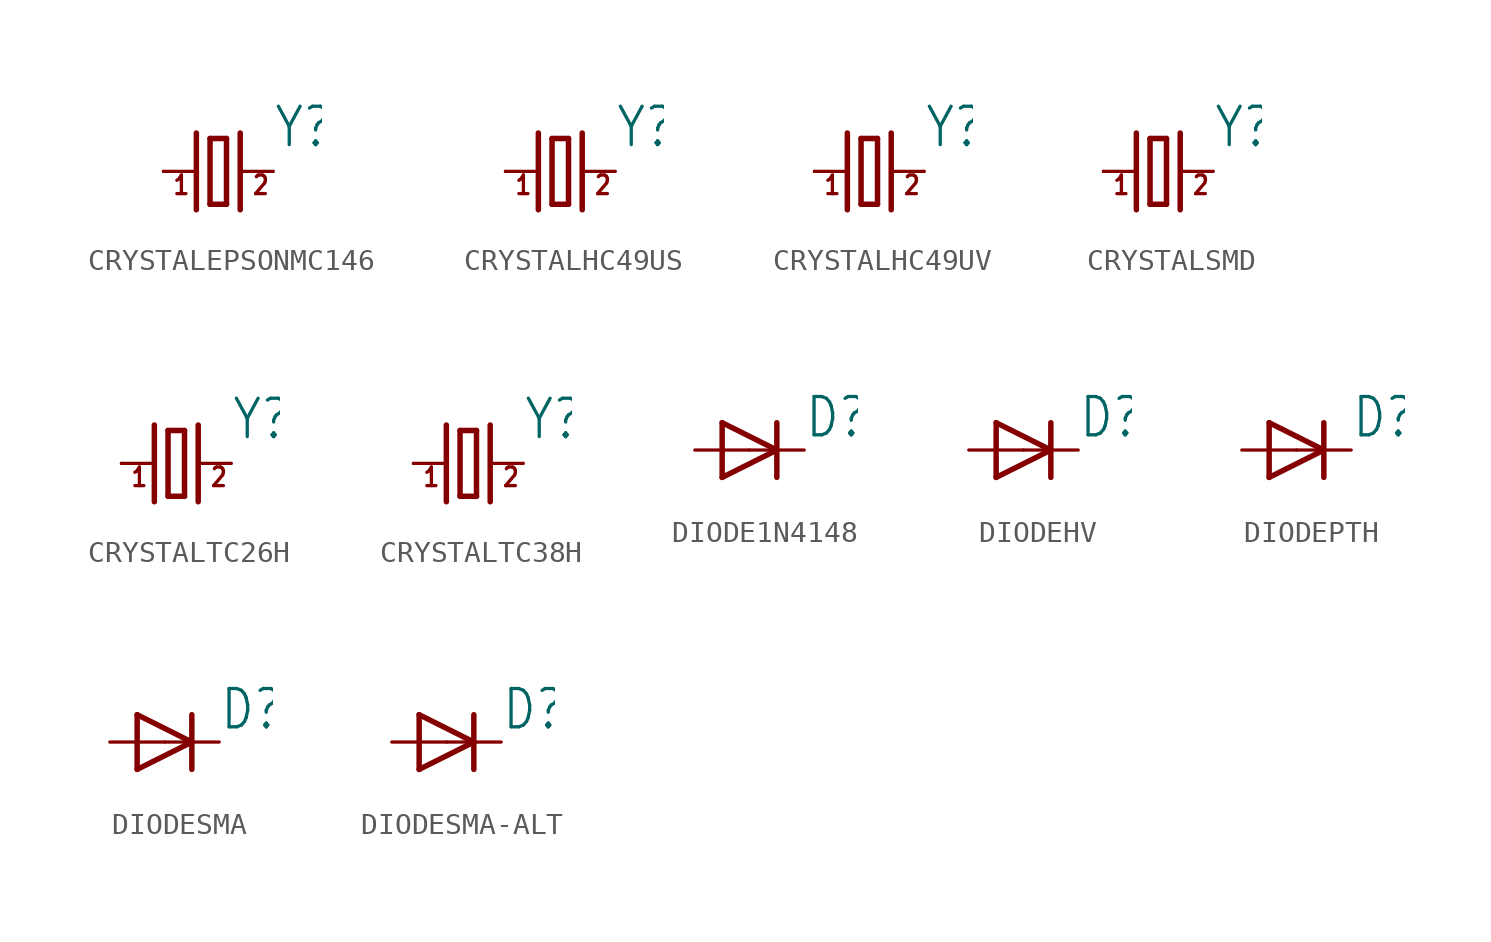
<source format=kicad_sym>
(kicad_symbol_lib
  (version 20220914)
  (generator kicad_symbol_editor)
  (symbol "CRYSTALEPSONMC146"
    (property "Reference" "Y"
      (at 2.54 1.016 0)
      (effects (font (size 1.778 1.511)) (justify left bottom)))
    (property "Value" ""
      (at 2.54 -2.54 0)
      (effects (font (size 1.778 1.511)) (justify left bottom)))
    (property "ki_locked" ""
      (at 0 0 0)
      (effects (font (size 1.27 1.27))))
    (symbol "CRYSTALEPSONMC146_1_0"
      (polyline (pts (xy -2.54 0) (xy -1.016 0)) (stroke (width 0.152) (type solid)) (fill (type none)))
      (polyline (pts (xy -1.016 1.778) (xy -1.016 -1.778)) (stroke (width 0.254) (type solid)) (fill (type none)))
      (polyline (pts (xy -0.381 -1.524) (xy 0.381 -1.524)) (stroke (width 0.254) (type solid)) (fill (type none)))
      (polyline (pts (xy -0.381 1.524) (xy -0.381 -1.524)) (stroke (width 0.254) (type solid)) (fill (type none)))
      (polyline (pts (xy 0.381 -1.524) (xy 0.381 1.524)) (stroke (width 0.254) (type solid)) (fill (type none)))
      (polyline (pts (xy 0.381 1.524) (xy -0.381 1.524)) (stroke (width 0.254) (type solid)) (fill (type none)))
      (polyline (pts (xy 1.016 0) (xy 2.54 0)) (stroke (width 0.152) (type solid)) (fill (type none)))
      (polyline (pts (xy 1.016 1.778) (xy 1.016 -1.778)) (stroke (width 0.254) (type solid)) (fill (type none)))
      (text "1" (at -2.159 -1.143 0) (effects (font (size 0.864 0.734)) (justify left bottom)))
      (text "2" (at 1.524 -1.143 0) (effects (font (size 0.864 0.734)) (justify left bottom)))
      (pin passive line (at 2.54 0 180) (length 0) (name "2" (effects (font (size 0 0)))) (number "P$1" (effects (font (size 0 0)))))
      (pin passive line (at -2.54 0 0) (length 0) (name "1" (effects (font (size 0 0)))) (number "P$2" (effects (font (size 0 0)))))))
  (symbol "CRYSTALHC49US"
    (property "Reference" "Y"
      (at 2.54 1.016 0)
      (effects (font (size 1.778 1.511)) (justify left bottom)))
    (property "Value" ""
      (at 2.54 -2.54 0)
      (effects (font (size 1.778 1.511)) (justify left bottom)))
    (property "ki_locked" ""
      (at 0 0 0)
      (effects (font (size 1.27 1.27))))
    (symbol "CRYSTALHC49US_1_0"
      (polyline (pts (xy -2.54 0) (xy -1.016 0)) (stroke (width 0.152) (type solid)) (fill (type none)))
      (polyline (pts (xy -1.016 1.778) (xy -1.016 -1.778)) (stroke (width 0.254) (type solid)) (fill (type none)))
      (polyline (pts (xy -0.381 -1.524) (xy 0.381 -1.524)) (stroke (width 0.254) (type solid)) (fill (type none)))
      (polyline (pts (xy -0.381 1.524) (xy -0.381 -1.524)) (stroke (width 0.254) (type solid)) (fill (type none)))
      (polyline (pts (xy 0.381 -1.524) (xy 0.381 1.524)) (stroke (width 0.254) (type solid)) (fill (type none)))
      (polyline (pts (xy 0.381 1.524) (xy -0.381 1.524)) (stroke (width 0.254) (type solid)) (fill (type none)))
      (polyline (pts (xy 1.016 0) (xy 2.54 0)) (stroke (width 0.152) (type solid)) (fill (type none)))
      (polyline (pts (xy 1.016 1.778) (xy 1.016 -1.778)) (stroke (width 0.254) (type solid)) (fill (type none)))
      (text "1" (at -2.159 -1.143 0) (effects (font (size 0.864 0.734)) (justify left bottom)))
      (text "2" (at 1.524 -1.143 0) (effects (font (size 0.864 0.734)) (justify left bottom)))
      (pin passive line (at -2.54 0 0) (length 0) (name "1" (effects (font (size 0 0)))) (number "1" (effects (font (size 0 0)))))
      (pin passive line (at 2.54 0 180) (length 0) (name "2" (effects (font (size 0 0)))) (number "2" (effects (font (size 0 0)))))))
  (symbol "CRYSTALHC49UV"
    (property "Reference" "Y"
      (at 2.54 1.016 0)
      (effects (font (size 1.778 1.511)) (justify left bottom)))
    (property "Value" ""
      (at 2.54 -2.54 0)
      (effects (font (size 1.778 1.511)) (justify left bottom)))
    (property "ki_locked" ""
      (at 0 0 0)
      (effects (font (size 1.27 1.27))))
    (symbol "CRYSTALHC49UV_1_0"
      (polyline (pts (xy -2.54 0) (xy -1.016 0)) (stroke (width 0.152) (type solid)) (fill (type none)))
      (polyline (pts (xy -1.016 1.778) (xy -1.016 -1.778)) (stroke (width 0.254) (type solid)) (fill (type none)))
      (polyline (pts (xy -0.381 -1.524) (xy 0.381 -1.524)) (stroke (width 0.254) (type solid)) (fill (type none)))
      (polyline (pts (xy -0.381 1.524) (xy -0.381 -1.524)) (stroke (width 0.254) (type solid)) (fill (type none)))
      (polyline (pts (xy 0.381 -1.524) (xy 0.381 1.524)) (stroke (width 0.254) (type solid)) (fill (type none)))
      (polyline (pts (xy 0.381 1.524) (xy -0.381 1.524)) (stroke (width 0.254) (type solid)) (fill (type none)))
      (polyline (pts (xy 1.016 0) (xy 2.54 0)) (stroke (width 0.152) (type solid)) (fill (type none)))
      (polyline (pts (xy 1.016 1.778) (xy 1.016 -1.778)) (stroke (width 0.254) (type solid)) (fill (type none)))
      (text "1" (at -2.159 -1.143 0) (effects (font (size 0.864 0.734)) (justify left bottom)))
      (text "2" (at 1.524 -1.143 0) (effects (font (size 0.864 0.734)) (justify left bottom)))
      (pin passive line (at -2.54 0 0) (length 0) (name "1" (effects (font (size 0 0)))) (number "1" (effects (font (size 0 0)))))
      (pin passive line (at 2.54 0 180) (length 0) (name "2" (effects (font (size 0 0)))) (number "2" (effects (font (size 0 0)))))))
  (symbol "CRYSTALSMD"
    (property "Reference" "Y"
      (at 2.54 1.016 0)
      (effects (font (size 1.778 1.511)) (justify left bottom)))
    (property "Value" ""
      (at 2.54 -2.54 0)
      (effects (font (size 1.778 1.511)) (justify left bottom)))
    (property "ki_locked" ""
      (at 0 0 0)
      (effects (font (size 1.27 1.27))))
    (symbol "CRYSTALSMD_1_0"
      (polyline (pts (xy -2.54 0) (xy -1.016 0)) (stroke (width 0.152) (type solid)) (fill (type none)))
      (polyline (pts (xy -1.016 1.778) (xy -1.016 -1.778)) (stroke (width 0.254) (type solid)) (fill (type none)))
      (polyline (pts (xy -0.381 -1.524) (xy 0.381 -1.524)) (stroke (width 0.254) (type solid)) (fill (type none)))
      (polyline (pts (xy -0.381 1.524) (xy -0.381 -1.524)) (stroke (width 0.254) (type solid)) (fill (type none)))
      (polyline (pts (xy 0.381 -1.524) (xy 0.381 1.524)) (stroke (width 0.254) (type solid)) (fill (type none)))
      (polyline (pts (xy 0.381 1.524) (xy -0.381 1.524)) (stroke (width 0.254) (type solid)) (fill (type none)))
      (polyline (pts (xy 1.016 0) (xy 2.54 0)) (stroke (width 0.152) (type solid)) (fill (type none)))
      (polyline (pts (xy 1.016 1.778) (xy 1.016 -1.778)) (stroke (width 0.254) (type solid)) (fill (type none)))
      (text "1" (at -2.159 -1.143 0) (effects (font (size 0.864 0.734)) (justify left bottom)))
      (text "2" (at 1.524 -1.143 0) (effects (font (size 0.864 0.734)) (justify left bottom)))
      (pin passive line (at -2.54 0 0) (length 0) (name "1" (effects (font (size 0 0)))) (number "1" (effects (font (size 0 0)))))
      (pin passive line (at 2.54 0 180) (length 0) (name "2" (effects (font (size 0 0)))) (number "2" (effects (font (size 0 0)))))))
  (symbol "CRYSTALTC26H"
    (property "Reference" "Y"
      (at 2.54 1.016 0)
      (effects (font (size 1.778 1.511)) (justify left bottom)))
    (property "Value" ""
      (at 2.54 -2.54 0)
      (effects (font (size 1.778 1.511)) (justify left bottom)))
    (property "ki_locked" ""
      (at 0 0 0)
      (effects (font (size 1.27 1.27))))
    (symbol "CRYSTALTC26H_1_0"
      (polyline (pts (xy -2.54 0) (xy -1.016 0)) (stroke (width 0.152) (type solid)) (fill (type none)))
      (polyline (pts (xy -1.016 1.778) (xy -1.016 -1.778)) (stroke (width 0.254) (type solid)) (fill (type none)))
      (polyline (pts (xy -0.381 -1.524) (xy 0.381 -1.524)) (stroke (width 0.254) (type solid)) (fill (type none)))
      (polyline (pts (xy -0.381 1.524) (xy -0.381 -1.524)) (stroke (width 0.254) (type solid)) (fill (type none)))
      (polyline (pts (xy 0.381 -1.524) (xy 0.381 1.524)) (stroke (width 0.254) (type solid)) (fill (type none)))
      (polyline (pts (xy 0.381 1.524) (xy -0.381 1.524)) (stroke (width 0.254) (type solid)) (fill (type none)))
      (polyline (pts (xy 1.016 0) (xy 2.54 0)) (stroke (width 0.152) (type solid)) (fill (type none)))
      (polyline (pts (xy 1.016 1.778) (xy 1.016 -1.778)) (stroke (width 0.254) (type solid)) (fill (type none)))
      (text "1" (at -2.159 -1.143 0) (effects (font (size 0.864 0.734)) (justify left bottom)))
      (text "2" (at 1.524 -1.143 0) (effects (font (size 0.864 0.734)) (justify left bottom)))
      (pin passive line (at -2.54 0 0) (length 0) (name "1" (effects (font (size 0 0)))) (number "1" (effects (font (size 0 0)))))
      (pin passive line (at 2.54 0 180) (length 0) (name "2" (effects (font (size 0 0)))) (number "2" (effects (font (size 0 0)))))))
  (symbol "CRYSTALTC38H"
    (property "Reference" "Y"
      (at 2.54 1.016 0)
      (effects (font (size 1.778 1.511)) (justify left bottom)))
    (property "Value" ""
      (at 2.54 -2.54 0)
      (effects (font (size 1.778 1.511)) (justify left bottom)))
    (property "ki_locked" ""
      (at 0 0 0)
      (effects (font (size 1.27 1.27))))
    (symbol "CRYSTALTC38H_1_0"
      (polyline (pts (xy -2.54 0) (xy -1.016 0)) (stroke (width 0.152) (type solid)) (fill (type none)))
      (polyline (pts (xy -1.016 1.778) (xy -1.016 -1.778)) (stroke (width 0.254) (type solid)) (fill (type none)))
      (polyline (pts (xy -0.381 -1.524) (xy 0.381 -1.524)) (stroke (width 0.254) (type solid)) (fill (type none)))
      (polyline (pts (xy -0.381 1.524) (xy -0.381 -1.524)) (stroke (width 0.254) (type solid)) (fill (type none)))
      (polyline (pts (xy 0.381 -1.524) (xy 0.381 1.524)) (stroke (width 0.254) (type solid)) (fill (type none)))
      (polyline (pts (xy 0.381 1.524) (xy -0.381 1.524)) (stroke (width 0.254) (type solid)) (fill (type none)))
      (polyline (pts (xy 1.016 0) (xy 2.54 0)) (stroke (width 0.152) (type solid)) (fill (type none)))
      (polyline (pts (xy 1.016 1.778) (xy 1.016 -1.778)) (stroke (width 0.254) (type solid)) (fill (type none)))
      (text "1" (at -2.159 -1.143 0) (effects (font (size 0.864 0.734)) (justify left bottom)))
      (text "2" (at 1.524 -1.143 0) (effects (font (size 0.864 0.734)) (justify left bottom)))
      (pin passive line (at -2.54 0 0) (length 0) (name "1" (effects (font (size 0 0)))) (number "1" (effects (font (size 0 0)))))
      (pin passive line (at 2.54 0 180) (length 0) (name "2" (effects (font (size 0 0)))) (number "2" (effects (font (size 0 0)))))))
  (symbol "DIODE1N4148"
    (property "Reference" "D"
      (at 2.54 0.483 0)
      (effects (font (size 1.778 1.511)) (justify left bottom)))
    (property "Value" ""
      (at 2.54 -2.311 0)
      (effects (font (size 1.778 1.511)) (justify left bottom)))
    (property "ki_locked" ""
      (at 0 0 0)
      (effects (font (size 1.27 1.27))))
    (symbol "DIODE1N4148_1_0"
      (polyline (pts (xy -1.27 -1.27) (xy 1.27 0)) (stroke (width 0.254) (type solid)) (fill (type none)))
      (polyline (pts (xy -1.27 1.27) (xy -1.27 -1.27)) (stroke (width 0.254) (type solid)) (fill (type none)))
      (polyline (pts (xy 1.27 0) (xy -1.27 1.27)) (stroke (width 0.254) (type solid)) (fill (type none)))
      (polyline (pts (xy 1.27 0) (xy 1.27 -1.27)) (stroke (width 0.254) (type solid)) (fill (type none)))
      (polyline (pts (xy 1.27 1.27) (xy 1.27 0)) (stroke (width 0.254) (type solid)) (fill (type none)))
      (pin passive line (at -2.54 0 0) (length 2.54) (name "A" (effects (font (size 0 0)))) (number "A" (effects (font (size 0 0)))))
      (pin passive line (at 2.54 0 180) (length 2.54) (name "C" (effects (font (size 0 0)))) (number "C" (effects (font (size 0 0)))))))
  (symbol "DIODEHV"
    (property "Reference" "D"
      (at 2.54 0.483 0)
      (effects (font (size 1.778 1.511)) (justify left bottom)))
    (property "Value" ""
      (at 2.54 -2.311 0)
      (effects (font (size 1.778 1.511)) (justify left bottom)))
    (property "ki_locked" ""
      (at 0 0 0)
      (effects (font (size 1.27 1.27))))
    (symbol "DIODEHV_1_0"
      (polyline (pts (xy -1.27 -1.27) (xy 1.27 0)) (stroke (width 0.254) (type solid)) (fill (type none)))
      (polyline (pts (xy -1.27 1.27) (xy -1.27 -1.27)) (stroke (width 0.254) (type solid)) (fill (type none)))
      (polyline (pts (xy 1.27 0) (xy -1.27 1.27)) (stroke (width 0.254) (type solid)) (fill (type none)))
      (polyline (pts (xy 1.27 0) (xy 1.27 -1.27)) (stroke (width 0.254) (type solid)) (fill (type none)))
      (polyline (pts (xy 1.27 1.27) (xy 1.27 0)) (stroke (width 0.254) (type solid)) (fill (type none)))
      (pin passive line (at -2.54 0 0) (length 2.54) (name "A" (effects (font (size 0 0)))) (number "A" (effects (font (size 0 0)))))
      (pin passive line (at 2.54 0 180) (length 2.54) (name "C" (effects (font (size 0 0)))) (number "C" (effects (font (size 0 0)))))))
  (symbol "DIODEPTH"
    (property "Reference" "D"
      (at 2.54 0.483 0)
      (effects (font (size 1.778 1.511)) (justify left bottom)))
    (property "Value" ""
      (at 2.54 -2.311 0)
      (effects (font (size 1.778 1.511)) (justify left bottom)))
    (property "ki_locked" ""
      (at 0 0 0)
      (effects (font (size 1.27 1.27))))
    (symbol "DIODEPTH_1_0"
      (polyline (pts (xy -1.27 -1.27) (xy 1.27 0)) (stroke (width 0.254) (type solid)) (fill (type none)))
      (polyline (pts (xy -1.27 1.27) (xy -1.27 -1.27)) (stroke (width 0.254) (type solid)) (fill (type none)))
      (polyline (pts (xy 1.27 0) (xy -1.27 1.27)) (stroke (width 0.254) (type solid)) (fill (type none)))
      (polyline (pts (xy 1.27 0) (xy 1.27 -1.27)) (stroke (width 0.254) (type solid)) (fill (type none)))
      (polyline (pts (xy 1.27 1.27) (xy 1.27 0)) (stroke (width 0.254) (type solid)) (fill (type none)))
      (pin passive line (at -2.54 0 0) (length 2.54) (name "A" (effects (font (size 0 0)))) (number "A" (effects (font (size 0 0)))))
      (pin passive line (at 2.54 0 180) (length 2.54) (name "C" (effects (font (size 0 0)))) (number "C" (effects (font (size 0 0)))))))
  (symbol "DIODESMA"
    (property "Reference" "D"
      (at 2.54 0.483 0)
      (effects (font (size 1.778 1.511)) (justify left bottom)))
    (property "Value" ""
      (at 2.54 -2.311 0)
      (effects (font (size 1.778 1.511)) (justify left bottom)))
    (property "ki_locked" ""
      (at 0 0 0)
      (effects (font (size 1.27 1.27))))
    (symbol "DIODESMA_1_0"
      (polyline (pts (xy -1.27 -1.27) (xy 1.27 0)) (stroke (width 0.254) (type solid)) (fill (type none)))
      (polyline (pts (xy -1.27 1.27) (xy -1.27 -1.27)) (stroke (width 0.254) (type solid)) (fill (type none)))
      (polyline (pts (xy 1.27 0) (xy -1.27 1.27)) (stroke (width 0.254) (type solid)) (fill (type none)))
      (polyline (pts (xy 1.27 0) (xy 1.27 -1.27)) (stroke (width 0.254) (type solid)) (fill (type none)))
      (polyline (pts (xy 1.27 1.27) (xy 1.27 0)) (stroke (width 0.254) (type solid)) (fill (type none)))
      (pin passive line (at -2.54 0 0) (length 2.54) (name "A" (effects (font (size 0 0)))) (number "A" (effects (font (size 0 0)))))
      (pin passive line (at 2.54 0 180) (length 2.54) (name "C" (effects (font (size 0 0)))) (number "C" (effects (font (size 0 0)))))))
  (symbol "DIODESMA-ALT"
    (property "Reference" "D"
      (at 2.54 0.483 0)
      (effects (font (size 1.778 1.511)) (justify left bottom)))
    (property "Value" ""
      (at 2.54 -2.311 0)
      (effects (font (size 1.778 1.511)) (justify left bottom)))
    (property "ki_locked" ""
      (at 0 0 0)
      (effects (font (size 1.27 1.27))))
    (symbol "DIODESMA-ALT_1_0"
      (polyline (pts (xy -1.27 -1.27) (xy 1.27 0)) (stroke (width 0.254) (type solid)) (fill (type none)))
      (polyline (pts (xy -1.27 1.27) (xy -1.27 -1.27)) (stroke (width 0.254) (type solid)) (fill (type none)))
      (polyline (pts (xy 1.27 0) (xy -1.27 1.27)) (stroke (width 0.254) (type solid)) (fill (type none)))
      (polyline (pts (xy 1.27 0) (xy 1.27 -1.27)) (stroke (width 0.254) (type solid)) (fill (type none)))
      (polyline (pts (xy 1.27 1.27) (xy 1.27 0)) (stroke (width 0.254) (type solid)) (fill (type none)))
      (pin passive line (at -2.54 0 0) (length 2.54) (name "A" (effects (font (size 0 0)))) (number "A" (effects (font (size 0 0)))))
      (pin passive line (at 2.54 0 180) (length 2.54) (name "C" (effects (font (size 0 0)))) (number "C" (effects (font (size 0 0))))))))
</source>
